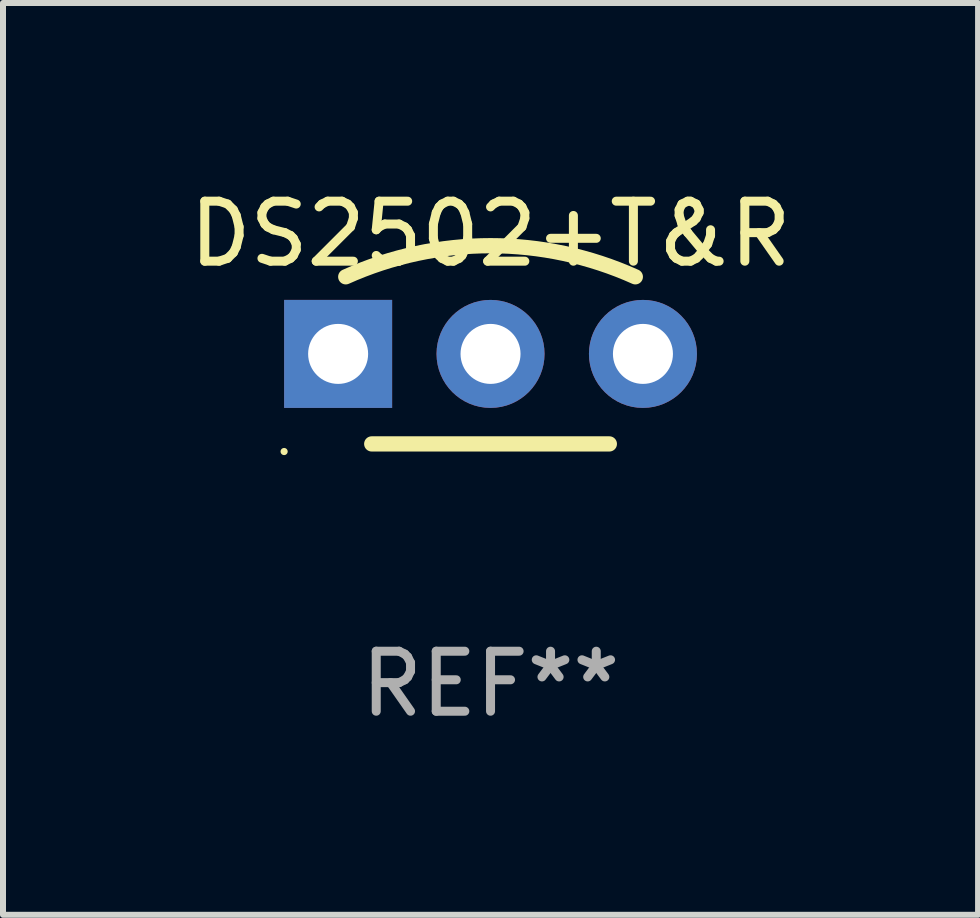
<source format=kicad_pcb>
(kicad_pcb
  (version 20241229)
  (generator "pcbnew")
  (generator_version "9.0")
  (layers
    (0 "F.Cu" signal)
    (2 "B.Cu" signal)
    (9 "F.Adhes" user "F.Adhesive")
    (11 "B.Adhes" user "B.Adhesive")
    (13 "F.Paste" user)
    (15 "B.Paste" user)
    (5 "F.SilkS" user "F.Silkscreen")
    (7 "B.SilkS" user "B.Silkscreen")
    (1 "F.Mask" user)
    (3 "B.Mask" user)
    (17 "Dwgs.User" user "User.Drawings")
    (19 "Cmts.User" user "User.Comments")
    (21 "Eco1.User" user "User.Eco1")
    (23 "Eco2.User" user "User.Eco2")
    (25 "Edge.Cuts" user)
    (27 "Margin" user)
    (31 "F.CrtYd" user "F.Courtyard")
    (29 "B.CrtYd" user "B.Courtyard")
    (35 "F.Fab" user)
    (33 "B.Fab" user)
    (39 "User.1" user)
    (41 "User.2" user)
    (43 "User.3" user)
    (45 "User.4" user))
  (footprint "DS2502+T&R"
    (layer "F.Cu")
    (at 5.125 3.598)
    (property "Reference" "DS2502+T&R" (at 0 -2.75 0) (layer "F.SilkS") (effects (font (size 1 1) (thickness 0.15))))
    (attr through_hole)
    (fp_line (start 1.98 0.75) (end -1.98 0.75) (stroke (width 0.254) (type solid)) (layer "F.SilkS"))
    (fp_arc (start -2.413005 -2.034925) (mid 0 -2.5534) (end 2.413005 -2.034925) (stroke (width 0.254001) (type solid)) (layer "F.SilkS"))
    (fp_circle (center -3.44 0.877) (end -3.41 0.877) (stroke (width 0.06) (type solid)) (fill no) (layer "F.SilkS"))
    (fp_text user "REF**" (at 0 4.75 0) (layer "F.Fab") (effects (font (size 1 1) (thickness 0.15))))
    (pad "1" thru_hole rect (at -2.54 -0.75 270) (size 1.8 1.8) (drill 1) (layers "*.Cu" "*.Mask"))
    (pad "2" thru_hole circle (at 0 -0.75) (size 1.8 1.8) (drill 1) (layers "*.Cu" "*.Mask"))
    (pad "3" thru_hole circle (at 2.54 -0.75) (size 1.8 1.8) (drill 1) (layers "*.Cu" "*.Mask")))
  (gr_rect
    (start -3 -3)
    (end 13.25 12.196)
    (stroke (width 0.1) (type default))
    (fill no)
    (layer "Edge.Cuts")))
</source>
